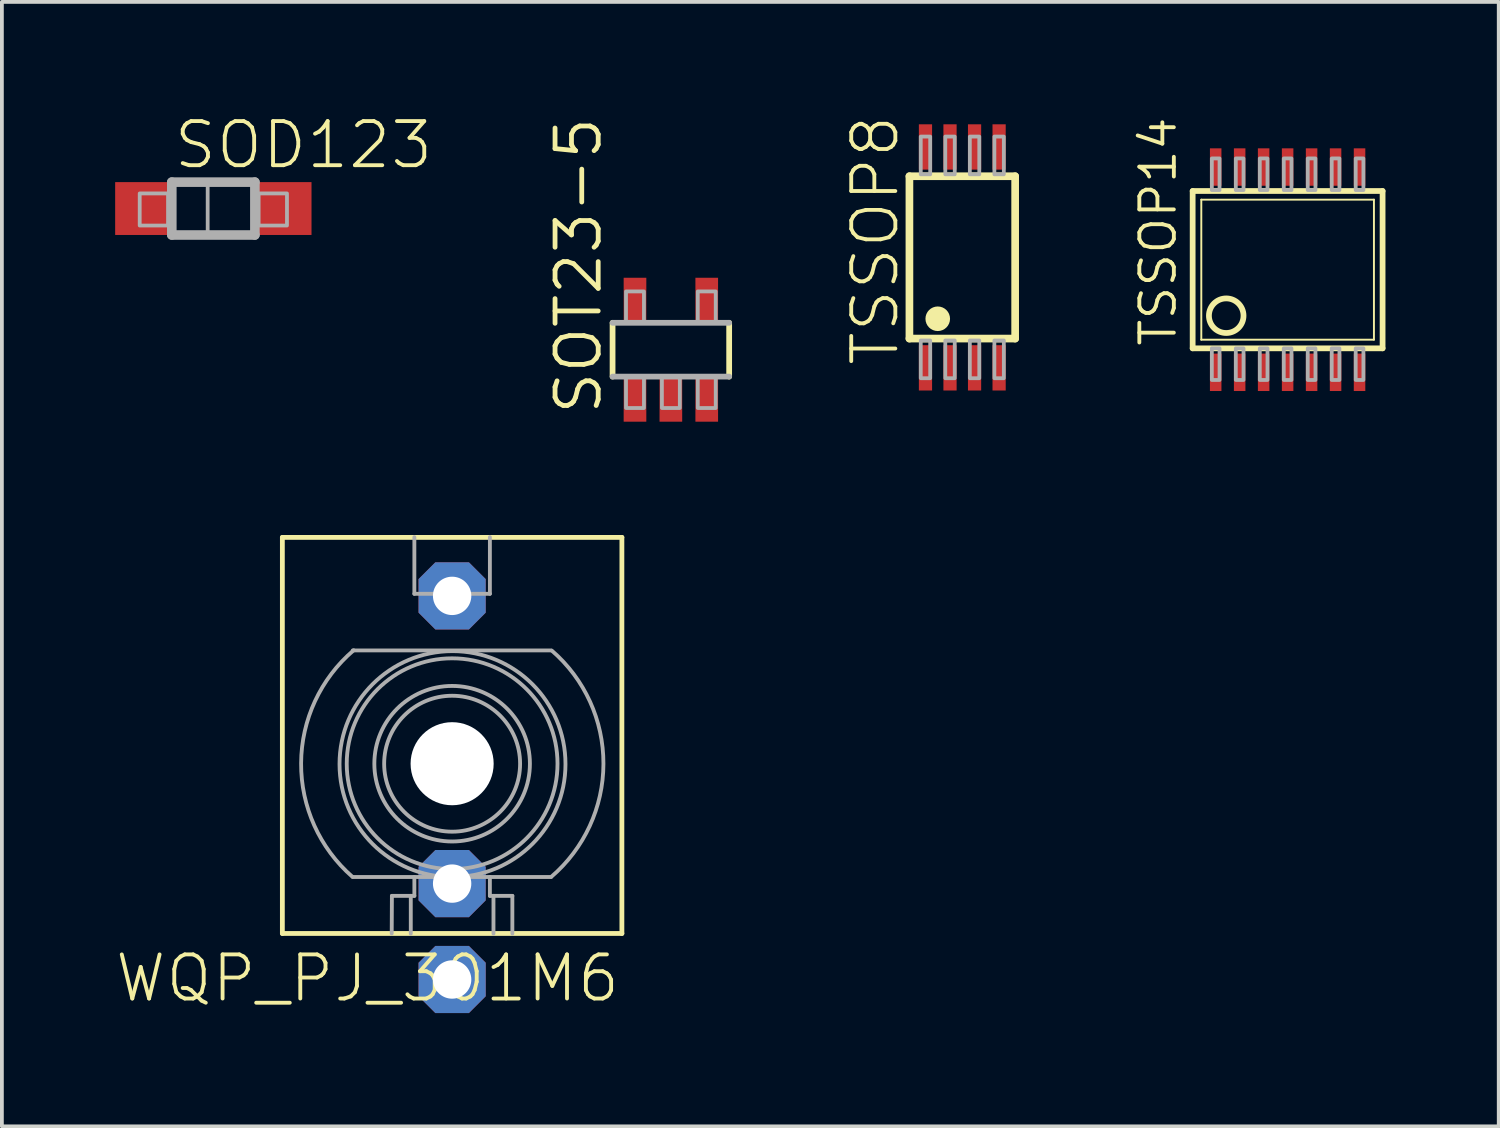
<source format=kicad_pcb>
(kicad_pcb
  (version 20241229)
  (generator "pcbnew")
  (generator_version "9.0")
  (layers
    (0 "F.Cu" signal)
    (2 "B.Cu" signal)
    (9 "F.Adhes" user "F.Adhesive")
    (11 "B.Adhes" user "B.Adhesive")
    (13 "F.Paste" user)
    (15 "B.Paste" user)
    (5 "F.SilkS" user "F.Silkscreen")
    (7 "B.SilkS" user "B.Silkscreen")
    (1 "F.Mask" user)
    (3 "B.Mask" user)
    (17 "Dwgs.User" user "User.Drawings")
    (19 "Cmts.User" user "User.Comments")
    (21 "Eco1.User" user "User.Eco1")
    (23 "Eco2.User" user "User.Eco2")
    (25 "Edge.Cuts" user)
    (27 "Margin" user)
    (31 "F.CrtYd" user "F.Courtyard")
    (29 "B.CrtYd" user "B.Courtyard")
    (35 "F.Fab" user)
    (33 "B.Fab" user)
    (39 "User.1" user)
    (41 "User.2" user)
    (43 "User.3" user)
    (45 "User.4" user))
  (footprint "SOD123"
    (layer "F.Cu")
    (at 2.6 2.473)
    (property "Reference" "SOD123" (at -1.1 -1 0) (layer "F.SilkS") (effects (font (size 1.168 1.168) (thickness 0.102)) (justify left bottom)))
    (fp_line (start -1.1 -0.7) (end 1.1 -0.7) (stroke (width 0.254) (type solid)) (layer "F.Fab"))
    (fp_line (start -1.1 0.7) (end -1.1 -0.7) (stroke (width 0.254) (type solid)) (layer "F.Fab"))
    (fp_line (start 1.1 -0.7) (end 1.1 0.7) (stroke (width 0.254) (type solid)) (layer "F.Fab"))
    (fp_line (start 1.1 0.7) (end -1.1 0.7) (stroke (width 0.254) (type solid)) (layer "F.Fab"))
    (fp_poly (pts (xy -1.95 0.45) (xy -1.2 0.45) (xy -1.2 -0.4) (xy -1.95 -0.4)) (stroke (width 0.1) (type solid)) (fill no) (layer "F.Fab"))
    (fp_poly (pts (xy -1.05 0.65) (xy -0.15 0.65) (xy -0.15 -0.7) (xy -1.05 -0.7)) (stroke (width 0.1) (type solid)) (fill no) (layer "F.Fab"))
    (fp_poly (pts (xy 1.2 0.45) (xy 1.95 0.45) (xy 1.95 -0.4) (xy 1.2 -0.4)) (stroke (width 0.1) (type solid)) (fill no) (layer "F.Fab"))
    (pad "A" smd rect (at 1.9 0) (size 1.4 1.4) (layers "F.Cu" "F.Mask" "F.Paste"))
    (pad "C" smd rect (at -1.9 0) (size 1.4 1.4) (layers "F.Cu" "F.Mask" "F.Paste")))
  (footprint "SOT23-5"
    (layer "F.Cu")
    (at 14.717 6.212)
    (property "Reference" "SOT23-5" (at -1.778 1.778 90) (layer "F.SilkS") (effects (font (size 1.143 1.143) (thickness 0.127)) (justify left bottom)))
    (fp_line (start -1.544 0.712) (end -1.544 -0.713) (stroke (width 0.152) (type solid)) (layer "F.SilkS"))
    (fp_line (start 1.544 -0.713) (end 1.544 0.712) (stroke (width 0.152) (type solid)) (layer "F.SilkS"))
    (fp_line (start -1.544 -0.713) (end 1.544 -0.713) (stroke (width 0.152) (type solid)) (layer "F.Fab"))
    (fp_line (start 1.544 0.712) (end -1.544 0.712) (stroke (width 0.152) (type solid)) (layer "F.Fab"))
    (fp_poly (pts (xy -1.188 -0.713) (xy -0.713 -0.713) (xy -0.713 -1.544) (xy -1.188 -1.544)) (stroke (width 0.1) (type solid)) (fill no) (layer "F.Fab"))
    (fp_poly (pts (xy -1.188 1.544) (xy -0.713 1.544) (xy -0.713 0.712) (xy -1.188 0.712)) (stroke (width 0.1) (type solid)) (fill no) (layer "F.Fab"))
    (fp_poly (pts (xy -0.237 1.544) (xy 0.237 1.544) (xy 0.237 0.712) (xy -0.237 0.712)) (stroke (width 0.1) (type solid)) (fill no) (layer "F.Fab"))
    (fp_poly (pts (xy 0.713 -0.713) (xy 1.188 -0.713) (xy 1.188 -1.544) (xy 0.713 -1.544)) (stroke (width 0.1) (type solid)) (fill no) (layer "F.Fab"))
    (fp_poly (pts (xy 0.713 1.544) (xy 1.188 1.544) (xy 1.188 0.712) (xy 0.713 0.712)) (stroke (width 0.1) (type solid)) (fill no) (layer "F.Fab"))
    (pad "1" smd rect (at -0.95 1.306) (size 0.6 1.2) (layers "F.Cu" "F.Mask" "F.Paste"))
    (pad "2" smd rect (at 0 1.306) (size 0.6 1.2) (layers "F.Cu" "F.Mask" "F.Paste"))
    (pad "3" smd rect (at 0.95 1.306) (size 0.6 1.2) (layers "F.Cu" "F.Mask" "F.Paste"))
    (pad "4" smd rect (at 0.95 -1.306) (size 0.6 1.2) (layers "F.Cu" "F.Mask" "F.Paste"))
    (pad "5" smd rect (at -0.95 -1.306) (size 0.6 1.2) (layers "F.Cu" "F.Mask" "F.Paste")))
  (footprint "TSSOP8"
    (layer "F.Cu")
    (at 22.435 3.767)
    (property "Reference" "TSSOP8" (at -1.625 2.925 90) (layer "F.SilkS") (effects (font (size 1.168 1.168) (thickness 0.102)) (justify left bottom)))
    (fp_line (start -1.4 -2.15) (end -1.4 2.15) (stroke (width 0.203) (type solid)) (layer "F.SilkS"))
    (fp_line (start -1.4 2.15) (end 1.4 2.15) (stroke (width 0.203) (type solid)) (layer "F.SilkS"))
    (fp_line (start 1.4 -2.15) (end -1.4 -2.15) (stroke (width 0.203) (type solid)) (layer "F.SilkS"))
    (fp_line (start 1.4 2.15) (end 1.4 -2.15) (stroke (width 0.203) (type solid)) (layer "F.SilkS"))
    (fp_circle (center -0.65 1.625) (end -0.487 1.625) (stroke (width 0.325) (type solid)) (fill yes) (layer "F.SilkS"))
    (fp_poly (pts (xy -1.1 -2.2) (xy -0.85 -2.2) (xy -0.85 -3.2) (xy -1.1 -3.2)) (stroke (width 0.1) (type solid)) (fill no) (layer "F.Fab"))
    (fp_poly (pts (xy -1.1 3.2) (xy -0.85 3.2) (xy -0.85 2.2) (xy -1.1 2.2)) (stroke (width 0.1) (type solid)) (fill no) (layer "F.Fab"))
    (fp_poly (pts (xy -0.45 -2.2) (xy -0.2 -2.2) (xy -0.2 -3.2) (xy -0.45 -3.2)) (stroke (width 0.1) (type solid)) (fill no) (layer "F.Fab"))
    (fp_poly (pts (xy -0.45 3.2) (xy -0.2 3.2) (xy -0.2 2.2) (xy -0.45 2.2)) (stroke (width 0.1) (type solid)) (fill no) (layer "F.Fab"))
    (fp_poly (pts (xy 0.2 -2.2) (xy 0.45 -2.2) (xy 0.45 -3.2) (xy 0.2 -3.2)) (stroke (width 0.1) (type solid)) (fill no) (layer "F.Fab"))
    (fp_poly (pts (xy 0.2 3.2) (xy 0.45 3.2) (xy 0.45 2.2) (xy 0.2 2.2)) (stroke (width 0.1) (type solid)) (fill no) (layer "F.Fab"))
    (fp_poly (pts (xy 0.85 -2.2) (xy 1.1 -2.2) (xy 1.1 -3.2) (xy 0.85 -3.2)) (stroke (width 0.1) (type solid)) (fill no) (layer "F.Fab"))
    (fp_poly (pts (xy 0.85 3.2) (xy 1.1 3.2) (xy 1.1 2.2) (xy 0.85 2.2)) (stroke (width 0.1) (type solid)) (fill no) (layer "F.Fab"))
    (pad "1" smd rect (at -0.975 2.925) (size 0.35 1.2) (layers "F.Cu" "F.Mask" "F.Paste"))
    (pad "2" smd rect (at -0.325 2.925) (size 0.35 1.2) (layers "F.Cu" "F.Mask" "F.Paste"))
    (pad "3" smd rect (at 0.325 2.925) (size 0.35 1.2) (layers "F.Cu" "F.Mask" "F.Paste"))
    (pad "4" smd rect (at 0.975 2.925) (size 0.35 1.2) (layers "F.Cu" "F.Mask" "F.Paste"))
    (pad "5" smd rect (at 0.975 -2.925) (size 0.35 1.2) (layers "F.Cu" "F.Mask" "F.Paste"))
    (pad "6" smd rect (at 0.325 -2.925) (size 0.35 1.2) (layers "F.Cu" "F.Mask" "F.Paste"))
    (pad "7" smd rect (at -0.325 -2.925) (size 0.35 1.2) (layers "F.Cu" "F.Mask" "F.Paste"))
    (pad "8" smd rect (at -0.975 -2.925) (size 0.35 1.2) (layers "F.Cu" "F.Mask" "F.Paste")))
  (footprint "TSSOP14"
    (layer "F.Cu")
    (at 31.051 4.092)
    (property "Reference" "TSSOP14" (at -2.896 2.083 90) (layer "F.SilkS") (effects (font (size 0.914 0.914) (thickness 0.102)) (justify left bottom)))
    (fp_line (start -2.515 2.083) (end -2.515 -2.083) (stroke (width 0.152) (type solid)) (layer "F.SilkS"))
    (fp_line (start -2.515 2.083) (end 2.515 2.083) (stroke (width 0.152) (type solid)) (layer "F.SilkS"))
    (fp_line (start -2.286 1.854) (end -2.286 -1.854) (stroke (width 0.051) (type solid)) (layer "F.SilkS"))
    (fp_line (start -2.286 1.854) (end 2.286 1.854) (stroke (width 0.051) (type solid)) (layer "F.SilkS"))
    (fp_line (start 2.286 -1.854) (end -2.286 -1.854) (stroke (width 0.051) (type solid)) (layer "F.SilkS"))
    (fp_line (start 2.286 -1.854) (end 2.286 1.854) (stroke (width 0.051) (type solid)) (layer "F.SilkS"))
    (fp_line (start 2.515 -2.083) (end -2.515 -2.083) (stroke (width 0.152) (type solid)) (layer "F.SilkS"))
    (fp_line (start 2.515 -2.083) (end 2.515 2.083) (stroke (width 0.152) (type solid)) (layer "F.SilkS"))
    (fp_circle (center -1.626 1.219) (end -1.168 1.219) (stroke (width 0.152) (type solid)) (fill no) (layer "F.SilkS"))
    (fp_poly (pts (xy -2.007 -2.108) (xy -1.803 -2.108) (xy -1.803 -2.946) (xy -2.007 -2.946)) (stroke (width 0.1) (type solid)) (fill no) (layer "F.Fab"))
    (fp_poly (pts (xy -2.007 2.921) (xy -1.803 2.921) (xy -1.803 2.083) (xy -2.007 2.083)) (stroke (width 0.1) (type solid)) (fill no) (layer "F.Fab"))
    (fp_poly (pts (xy -1.372 -2.108) (xy -1.168 -2.108) (xy -1.168 -2.946) (xy -1.372 -2.946)) (stroke (width 0.1) (type solid)) (fill no) (layer "F.Fab"))
    (fp_poly (pts (xy -1.372 2.921) (xy -1.168 2.921) (xy -1.168 2.083) (xy -1.372 2.083)) (stroke (width 0.1) (type solid)) (fill no) (layer "F.Fab"))
    (fp_poly (pts (xy -0.737 -2.108) (xy -0.533 -2.108) (xy -0.533 -2.946) (xy -0.737 -2.946)) (stroke (width 0.1) (type solid)) (fill no) (layer "F.Fab"))
    (fp_poly (pts (xy -0.737 2.921) (xy -0.533 2.921) (xy -0.533 2.083) (xy -0.737 2.083)) (stroke (width 0.1) (type solid)) (fill no) (layer "F.Fab"))
    (fp_poly (pts (xy -0.102 -2.108) (xy 0.102 -2.108) (xy 0.102 -2.946) (xy -0.102 -2.946)) (stroke (width 0.1) (type solid)) (fill no) (layer "F.Fab"))
    (fp_poly (pts (xy -0.102 2.921) (xy 0.102 2.921) (xy 0.102 2.083) (xy -0.102 2.083)) (stroke (width 0.1) (type solid)) (fill no) (layer "F.Fab"))
    (fp_poly (pts (xy 0.533 -2.108) (xy 0.737 -2.108) (xy 0.737 -2.946) (xy 0.533 -2.946)) (stroke (width 0.1) (type solid)) (fill no) (layer "F.Fab"))
    (fp_poly (pts (xy 0.533 2.921) (xy 0.737 2.921) (xy 0.737 2.083) (xy 0.533 2.083)) (stroke (width 0.1) (type solid)) (fill no) (layer "F.Fab"))
    (fp_poly (pts (xy 1.168 -2.108) (xy 1.372 -2.108) (xy 1.372 -2.946) (xy 1.168 -2.946)) (stroke (width 0.1) (type solid)) (fill no) (layer "F.Fab"))
    (fp_poly (pts (xy 1.168 2.921) (xy 1.372 2.921) (xy 1.372 2.083) (xy 1.168 2.083)) (stroke (width 0.1) (type solid)) (fill no) (layer "F.Fab"))
    (fp_poly (pts (xy 1.803 -2.108) (xy 2.007 -2.108) (xy 2.007 -2.946) (xy 1.803 -2.946)) (stroke (width 0.1) (type solid)) (fill no) (layer "F.Fab"))
    (fp_poly (pts (xy 1.803 2.921) (xy 2.007 2.921) (xy 2.007 2.083) (xy 1.803 2.083)) (stroke (width 0.1) (type solid)) (fill no) (layer "F.Fab"))
    (pad "1" smd rect (at -1.905 2.718) (size 0.305 0.991) (layers "F.Cu" "F.Mask" "F.Paste"))
    (pad "2" smd rect (at -1.27 2.718) (size 0.305 0.991) (layers "F.Cu" "F.Mask" "F.Paste"))
    (pad "3" smd rect (at -0.635 2.718) (size 0.305 0.991) (layers "F.Cu" "F.Mask" "F.Paste"))
    (pad "4" smd rect (at 0 2.718) (size 0.305 0.991) (layers "F.Cu" "F.Mask" "F.Paste"))
    (pad "5" smd rect (at 0.635 2.718) (size 0.305 0.991) (layers "F.Cu" "F.Mask" "F.Paste"))
    (pad "6" smd rect (at 1.27 2.718) (size 0.305 0.991) (layers "F.Cu" "F.Mask" "F.Paste"))
    (pad "7" smd rect (at 1.905 2.718) (size 0.305 0.991) (layers "F.Cu" "F.Mask" "F.Paste"))
    (pad "8" smd rect (at 1.905 -2.718) (size 0.305 0.991) (layers "F.Cu" "F.Mask" "F.Paste"))
    (pad "9" smd rect (at 1.27 -2.718) (size 0.305 0.991) (layers "F.Cu" "F.Mask" "F.Paste"))
    (pad "10" smd rect (at 0.635 -2.718) (size 0.305 0.991) (layers "F.Cu" "F.Mask" "F.Paste"))
    (pad "11" smd rect (at 0 -2.718) (size 0.305 0.991) (layers "F.Cu" "F.Mask" "F.Paste"))
    (pad "12" smd rect (at -0.635 -2.718) (size 0.305 0.991) (layers "F.Cu" "F.Mask" "F.Paste"))
    (pad "13" smd rect (at -1.27 -2.718) (size 0.305 0.991) (layers "F.Cu" "F.Mask" "F.Paste"))
    (pad "14" smd rect (at -1.905 -2.718) (size 0.305 0.991) (layers "F.Cu" "F.Mask" "F.Paste")))
  (footprint "WQP_PJ_301M6"
    (layer "F.Cu")
    (at 8.924 17.176)
    (property "Reference" "WQP_PJ_301M6" (at 4.5 5 0) (layer "F.SilkS") (effects (font (size 1.168 1.168) (thickness 0.102)) (justify right top)))
    (fp_line (start -4.496 -5.994) (end 4.496 -5.994) (stroke (width 0.127) (type solid)) (layer "F.SilkS"))
    (fp_line (start -4.496 4.496) (end -4.496 -5.994) (stroke (width 0.127) (type solid)) (layer "F.SilkS"))
    (fp_line (start 4.496 -5.994) (end 4.496 4.496) (stroke (width 0.127) (type solid)) (layer "F.SilkS"))
    (fp_line (start 4.496 4.496) (end -4.496 4.496) (stroke (width 0.127) (type solid)) (layer "F.SilkS"))
    (fp_line (start -2.631 -3) (end 2.62 -3) (stroke (width 0.102) (type solid)) (layer "F.Fab"))
    (fp_line (start -2.631 3) (end 2.62 3) (stroke (width 0.102) (type solid)) (layer "F.Fab"))
    (fp_line (start -1.6 4.496) (end -1.595 3.5) (stroke (width 0.102) (type solid)) (layer "F.Fab"))
    (fp_line (start -1.595 3.5) (end -1.095 3.5) (stroke (width 0.102) (type solid)) (layer "F.Fab"))
    (fp_line (start -1.095 3.5) (end -1.095 4.5) (stroke (width 0.102) (type solid)) (layer "F.Fab"))
    (fp_line (start -1.095 3.5) (end -1 3.5) (stroke (width 0.102) (type solid)) (layer "F.Fab"))
    (fp_line (start -1 -4.5) (end -1 -6) (stroke (width 0.102) (type solid)) (layer "F.Fab"))
    (fp_line (start -1 0) (end 1 0) (stroke (width 0.102) (type solid)) (layer "F.Fab"))
    (fp_line (start -1 3.5) (end -1 3) (stroke (width 0.102) (type solid)) (layer "F.Fab"))
    (fp_line (start 0 -1) (end 0 1) (stroke (width 0.102) (type solid)) (layer "F.Fab"))
    (fp_line (start 1 -6) (end 1 -4.5) (stroke (width 0.102) (type solid)) (layer "F.Fab"))
    (fp_line (start 1 -4.5) (end -1 -4.5) (stroke (width 0.102) (type solid)) (layer "F.Fab"))
    (fp_line (start 1 3) (end 1 3.5) (stroke (width 0.102) (type solid)) (layer "F.Fab"))
    (fp_line (start 1 3.5) (end 1.095 3.5) (stroke (width 0.102) (type solid)) (layer "F.Fab"))
    (fp_line (start 1.095 3.5) (end 1.095 4.5) (stroke (width 0.102) (type solid)) (layer "F.Fab"))
    (fp_line (start 1.095 3.5) (end 1.595 3.5) (stroke (width 0.102) (type solid)) (layer "F.Fab"))
    (fp_line (start 1.595 3.5) (end 1.595 4.5) (stroke (width 0.102) (type solid)) (layer "F.Fab"))
    (fp_arc (start -2.641998 2.994) (mid -3.999529 -0.012791) (end -2.608 -3.004) (stroke (width 0.1016) (type solid)) (layer "F.Fab"))
    (fp_arc (start 2.642 -2.994) (mid 4.007235 0.003208) (end 2.628 2.994) (stroke (width 0.1016) (type solid)) (layer "F.Fab"))
    (fp_circle (center 0 0) (end 1.8 0) (stroke (width 0.102) (type solid)) (fill no) (layer "F.Fab"))
    (fp_circle (center 0 0) (end 2.06 0) (stroke (width 0.102) (type solid)) (fill no) (layer "F.Fab"))
    (fp_circle (center 0 0) (end 2.791 0) (stroke (width 0.102) (type solid)) (fill no) (layer "F.Fab"))
    (fp_circle (center 0.01 0.01) (end 3.002 0.01) (stroke (width 0.102) (type solid)) (fill no) (layer "F.Fab"))
    (pad "" np_thru_hole circle (at 0 0) (size 2.2 2.2) (drill 2.2) (layers "*.Cu" "*.Mask"))
    (pad "P1" thru_hole roundrect (at 0 5.715) (size 1.778 1.778) (drill 1.016) (layers "*.Cu" "*.Mask") (roundrect_rratio 0.25) (chamfer_ratio 0.25) (chamfer top_left top_right bottom_left bottom_right))
    (pad "P2" thru_hole roundrect (at 0 3.175) (size 1.778 1.778) (drill 1.016) (layers "*.Cu" "*.Mask") (roundrect_rratio 0.25) (chamfer_ratio 0.25) (chamfer top_left top_right bottom_left bottom_right))
    (pad "P3" thru_hole roundrect (at 0 -4.445) (size 1.778 1.778) (drill 1.016) (layers "*.Cu" "*.Mask") (roundrect_rratio 0.25) (chamfer_ratio 0.25) (chamfer top_left top_right bottom_left bottom_right)))
  (gr_rect
    (start -3 -3)
    (end 36.642 26.78)
    (stroke (width 0.1) (type default))
    (fill no)
    (layer "Edge.Cuts")))
</source>
